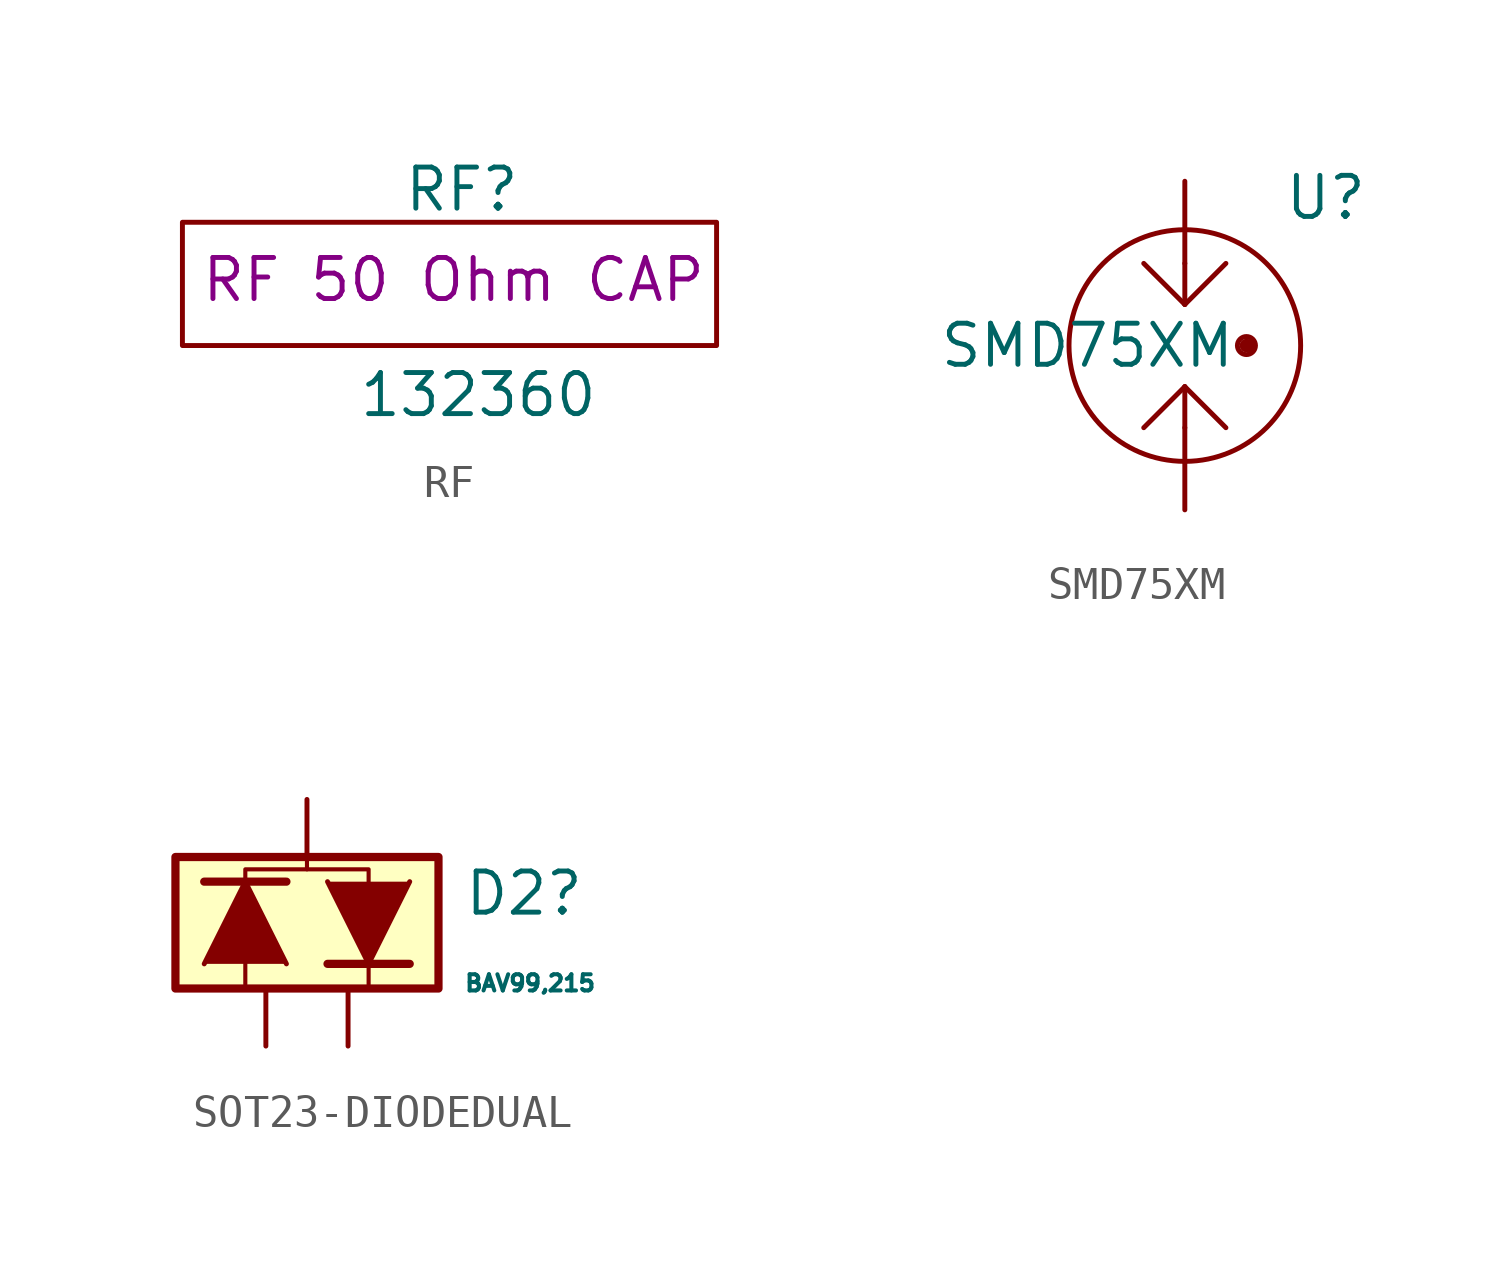
<source format=kicad_sym>
(kicad_symbol_lib
  (version 20231120)
  (generator "kicad_symbol_editor")
  (generator_version "8.0")
  (symbol "RF"
    (pin_numbers hide)
    (pin_names
      (offset 0) hide)
    (property "Reference" "RF"
      (at 4.826 6.096 0)
      (effects (font (size 1.27 1.27))))
    (property "Value" "132360"
      (at 5.334 -0.254 0)
      (effects (font (size 1.27 1.27))))
    (property "Description" "RF 50 Ohm CAP"
      (at 4.572 3.302 0)
      (effects (font (size 1.27 1.27))))
    (symbol "RF_0_1"
      (rectangle (start -3.81 5.08) (end 12.7 1.27) (stroke (width 0) (type default)) (fill (type none)))))
  (symbol "SMD75XM"
    (pin_numbers hide)
    (pin_names
      (offset 0) hide)
    (property "Reference" "U"
      (at 3.048 4.572 0)
      (effects (font (size 1.27 1.27)) (justify left)))
    (property "Value" "SMD75XM"
      (at -7.62 0 0)
      (effects (font (size 1.27 1.27)) (justify left)))
    (symbol "SMD75XM_0_1"
      (polyline (pts (xy 0 -2.54) (xy 0 -1.27)) (stroke (width 0) (type default)) (fill (type none)))
      (polyline (pts (xy 0 -1.27) (xy -1.27 -2.54)) (stroke (width 0) (type default)) (fill (type none)))
      (polyline (pts (xy 0 -1.27) (xy 1.27 -2.54)) (stroke (width 0) (type default)) (fill (type none)))
      (polyline (pts (xy 0 1.27) (xy -1.27 2.54)) (stroke (width 0) (type default)) (fill (type none)))
      (polyline (pts (xy 0 1.27) (xy 1.27 2.54)) (stroke (width 0) (type default)) (fill (type none)))
      (polyline (pts (xy 0 2.54) (xy 0 1.27)) (stroke (width 0) (type default)) (fill (type none)))
      (circle (center 0 0) (radius 3.581) (stroke (width 0) (type default)) (fill (type none)))
      (circle (center 1.905 0) (radius 0.127) (stroke (width 0) (type default)) (fill (type none)))
      (circle (center 1.905 0) (radius 0.127) (stroke (width 0) (type default)) (fill (type none)))
      (circle (center 1.905 0) (radius 0.279) (stroke (width 0) (type default)) (fill (type none)))
      (circle (center 2.032 0) (radius 0.127) (stroke (width 0) (type default)) (fill (type none))))
    (symbol "SMD75XM_1_1"
      (pin passive line (at 0 -5.08 90) (length 2.54) (name "~" (effects (font (size 1.27 1.27)))) (number "1" (effects (font (size 1.27 1.27)))))
      (pin passive line (at 0 5.08 270) (length 2.54) (name "~" (effects (font (size 1.27 1.27)))) (number "2" (effects (font (size 1.27 1.27)))))))
  (symbol "SOT23-DIODEDUAL"
    (pin_numbers hide)
    (pin_names
      (offset 1.016) hide)
    (property "Reference" "D2"
      (at 4.826 0.908 0)
      (effects (font (size 1.27 1.27)) (justify left)))
    (property "Value" "BAV99,215"
      (at 4.826 -1.867 0)
      (effects (font (size 0.5 0.5)) (justify left)))
    (symbol "SOT23-DIODEDUAL_0_1"
      (rectangle (start -4.064 2.032) (end 4.064 -2.032) (stroke (width 0.254) (type default)) (fill (type background)))
      (polyline (pts (xy -3.175 1.27) (xy -0.635 1.27)) (stroke (width 0.254) (type default)) (fill (type none)))
      (polyline (pts (xy -1.905 -1.27) (xy -1.905 -1.905)) (stroke (width 0.127) (type default)) (fill (type none)))
      (polyline (pts (xy 0 1.651) (xy 0 2.032)) (stroke (width 0.127) (type default)) (fill (type none)))
      (polyline (pts (xy 0.635 -1.27) (xy 3.175 -1.27)) (stroke (width 0.254) (type default)) (fill (type none)))
      (polyline (pts (xy 1.905 -1.27) (xy 1.905 -1.905)) (stroke (width 0.127) (type default)) (fill (type none)))
      (polyline (pts (xy -3.175 -1.27) (xy -1.905 1.27) (xy -0.635 -1.27)) (stroke (width 0) (type default)) (fill (type outline)))
      (polyline (pts (xy 0.635 1.27) (xy 1.905 -1.27) (xy 3.175 1.27)) (stroke (width 0) (type default)) (fill (type outline)))
      (polyline (pts (xy -1.905 1.27) (xy -1.905 1.651) (xy 1.905 1.651) (xy 1.905 1.27)) (stroke (width 0.127) (type default)) (fill (type none))))
    (symbol "SOT23-DIODEDUAL_1_1"
      (pin passive line (at -1.27 -3.81 90) (length 1.778) (name "1" (effects (font (size 1.27 1.27)))) (number "1" (effects (font (size 1.27 1.27)))))
      (pin passive line (at 1.27 -3.81 90) (length 1.778) (name "2" (effects (font (size 1.27 1.27)))) (number "2" (effects (font (size 1.27 1.27)))))
      (pin passive line (at 0 3.81 270) (length 1.778) (name "3" (effects (font (size 1.27 1.27)))) (number "3" (effects (font (size 1.27 1.27))))))))
</source>
